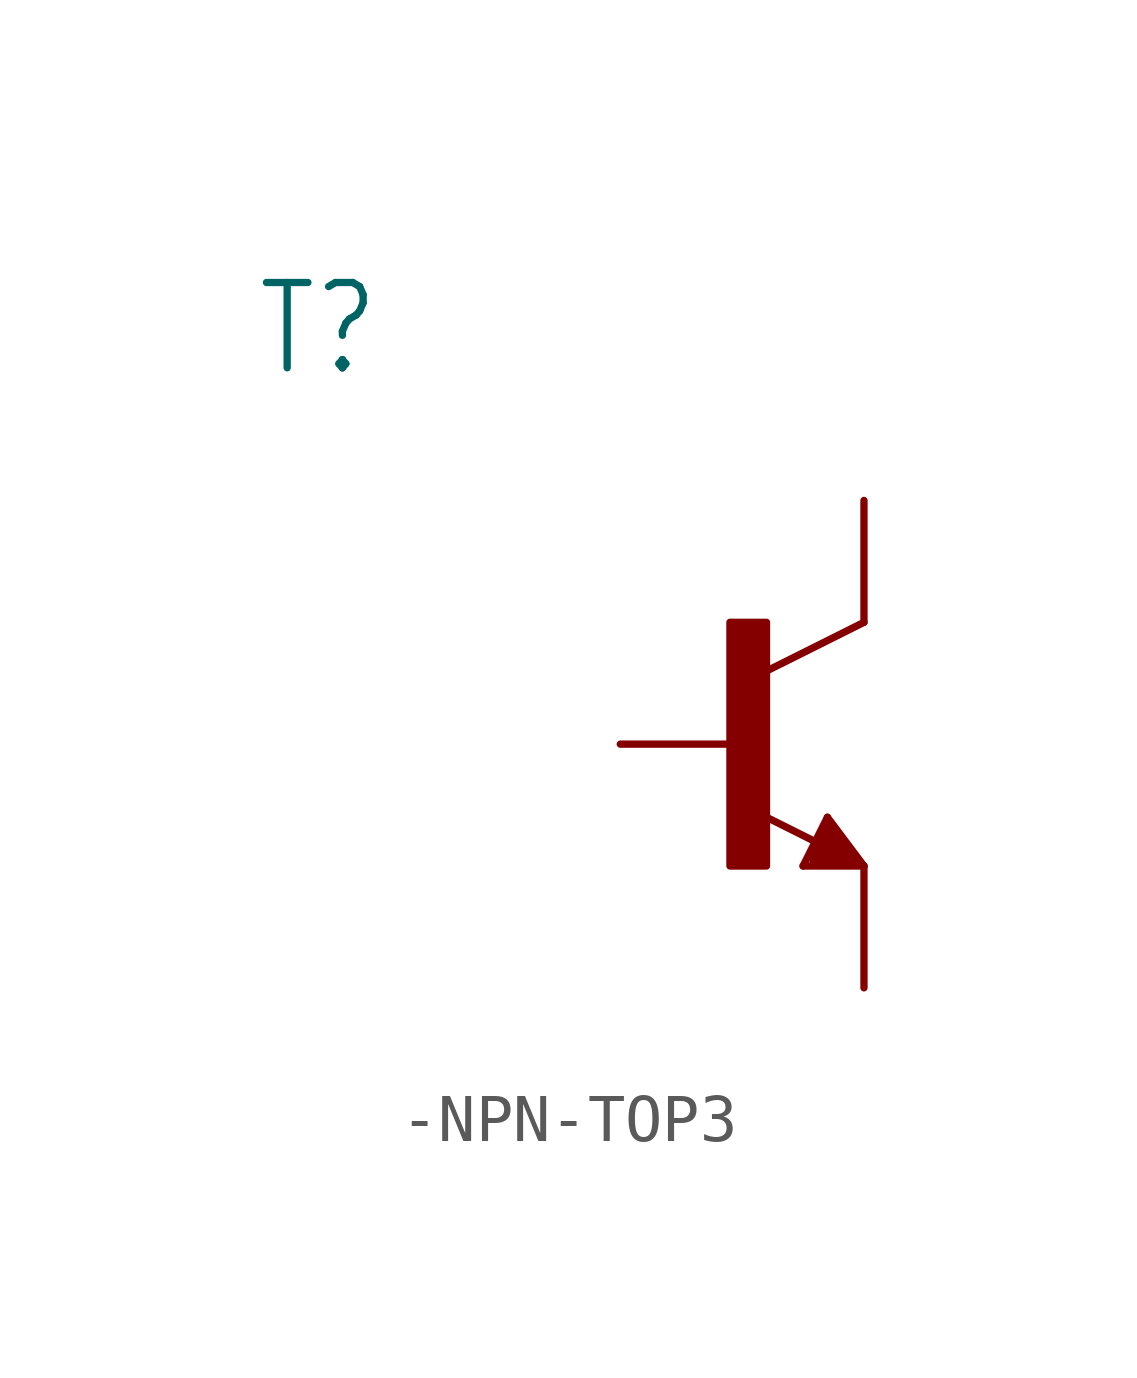
<source format=kicad_sym>
(kicad_symbol_lib
  (version 20241209)
  (generator "kicad_symbol_editor")
  (generator_version "9.0")
  (symbol "-NPN-TOP3"
    (property "Reference" "T"
      (at -10.16 7.62 0)
      (effects (font (size 1.778 1.511)) (justify left bottom)))
    (property "Value" ""
      (at -10.16 5.08 0)
      (effects (font (size 1.778 1.511)) (justify left bottom)))
    (property "ki_locked" ""
      (at 0 0 0)
      (effects (font (size 1.27 1.27))))
    (symbol "-NPN-TOP3_1_0"
      (rectangle (start -0.254 -2.54) (end 0.508 2.54) (stroke (width 0) (type default)) (fill (type outline)))
      (polyline (pts (xy 1.27 -2.54) (xy 1.778 -1.524)) (stroke (width 0.152) (type solid)) (fill (type none)))
      (polyline (pts (xy 1.524 -2.286) (xy 1.905 -2.286)) (stroke (width 0.254) (type solid)) (fill (type none)))
      (polyline (pts (xy 1.524 -2.413) (xy 2.286 -2.413)) (stroke (width 0.254) (type solid)) (fill (type none)))
      (polyline (pts (xy 1.54 -2.04) (xy 0.308 -1.424)) (stroke (width 0.152) (type solid)) (fill (type none)))
      (polyline (pts (xy 1.778 -1.524) (xy 2.54 -2.54)) (stroke (width 0.152) (type solid)) (fill (type none)))
      (polyline (pts (xy 1.778 -1.778) (xy 1.524 -2.286)) (stroke (width 0.254) (type solid)) (fill (type none)))
      (polyline (pts (xy 1.905 -2.286) (xy 1.778 -2.032)) (stroke (width 0.254) (type solid)) (fill (type none)))
      (polyline (pts (xy 2.286 -2.413) (xy 1.778 -1.778)) (stroke (width 0.254) (type solid)) (fill (type none)))
      (polyline (pts (xy 2.54 2.54) (xy 0.508 1.524)) (stroke (width 0.152) (type solid)) (fill (type none)))
      (polyline (pts (xy 2.54 -2.54) (xy 1.27 -2.54)) (stroke (width 0.152) (type solid)) (fill (type none)))
      (pin passive line (at -2.54 0 0) (length 2.54) (name "B" (effects (font (size 0 0)))) (number "1" (effects (font (size 0 0)))))
      (pin passive line (at 2.54 5.08 270) (length 2.54) (name "C" (effects (font (size 0 0)))) (number "2" (effects (font (size 0 0)))))
      (pin passive line (at 2.54 -5.08 90) (length 2.54) (name "E" (effects (font (size 0 0)))) (number "3" (effects (font (size 0 0))))))))
</source>
